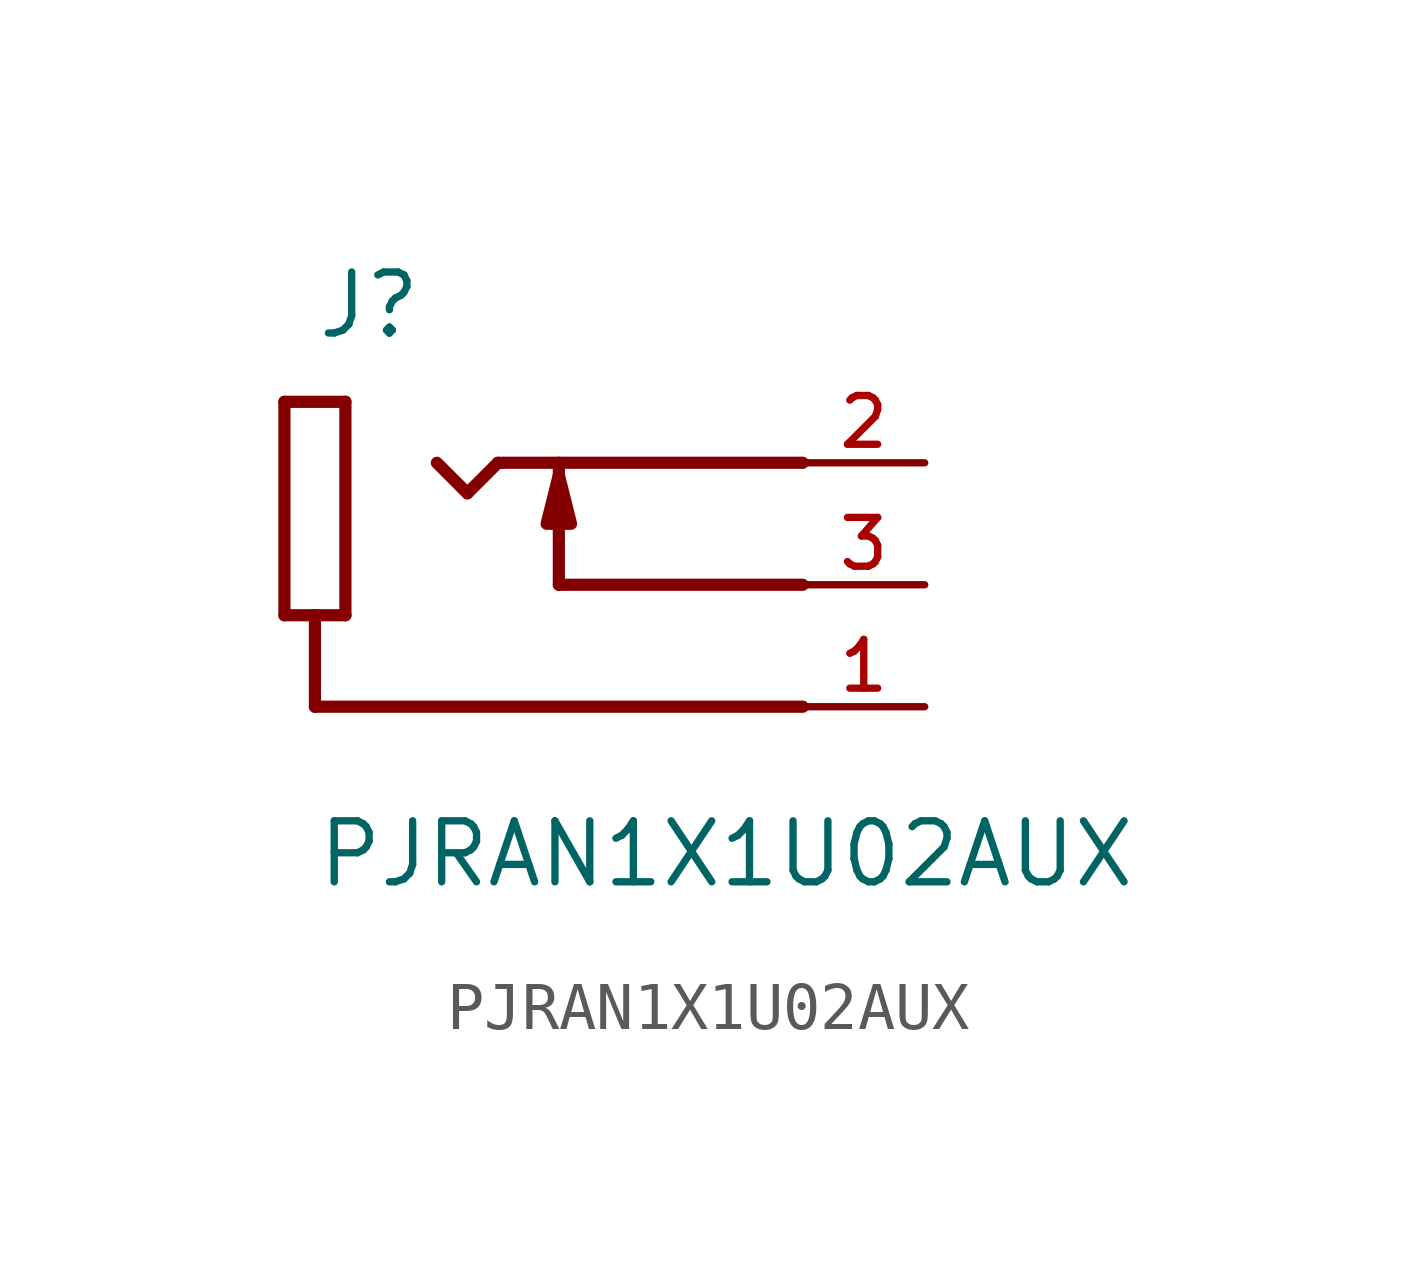
<source format=kicad_sym>
(kicad_symbol_lib
  (version 20211014)
  (generator kicad_symbol_editor)
  (symbol "PJRAN1X1U02AUX"
    (pin_names
      (offset 1.016))
    (property "Reference" "J"
      (at -5.08 5.08 0)
      (effects (font (size 1.27 1.27)) (justify bottom left)))
    (property "Value" "PJRAN1X1U02AUX"
      (at -5.08 -6.35 0)
      (effects (font (size 1.27 1.27)) (justify bottom left)))
    (symbol "PJRAN1X1U02AUX_0_0"
      (polyline (pts (xy 0.0 2.286) (xy 0.254 1.27) (xy -0.254 1.27) (xy 0.0 2.286)) (stroke (width 0.254)) (fill (type outline)))
      (polyline (pts (xy 0.0 0.0) (xy 5.08 0.0)) (stroke (width 0.254)))
      (polyline (pts (xy 0.0 0.0) (xy 0.0 2.54)) (stroke (width 0.254)))
      (polyline (pts (xy 5.08 -2.54) (xy -5.08 -2.54)) (stroke (width 0.254)))
      (polyline (pts (xy 5.08 2.54) (xy -1.27 2.54)) (stroke (width 0.254)))
      (polyline (pts (xy -5.08 -2.54) (xy -5.08 -0.635)) (stroke (width 0.254)))
      (polyline (pts (xy -5.08 -0.635) (xy -4.445 -0.635)) (stroke (width 0.254)))
      (polyline (pts (xy -4.445 -0.635) (xy -4.445 3.81)) (stroke (width 0.254)))
      (polyline (pts (xy -4.445 3.81) (xy -5.715 3.81)) (stroke (width 0.254)))
      (polyline (pts (xy -5.715 3.81) (xy -5.715 -0.635)) (stroke (width 0.254)))
      (polyline (pts (xy -5.715 -0.635) (xy -5.08 -0.635)) (stroke (width 0.254)))
      (polyline (pts (xy -1.27 2.54) (xy -1.905 1.905)) (stroke (width 0.254)))
      (polyline (pts (xy -1.905 1.905) (xy -2.54 2.54)) (stroke (width 0.254)))
      (pin passive line (at 7.62 2.54 180.0) (length 2.54) (name "~" (effects (font (size 1.016 1.016)))) (number "2" (effects (font (size 1.016 1.016)))))
      (pin passive line (at 7.62 -2.54 180.0) (length 2.54) (name "~" (effects (font (size 1.016 1.016)))) (number "1" (effects (font (size 1.016 1.016)))))
      (pin passive line (at 7.62 0.0 180.0) (length 2.54) (name "~" (effects (font (size 1.016 1.016)))) (number "3" (effects (font (size 1.016 1.016))))))))
</source>
